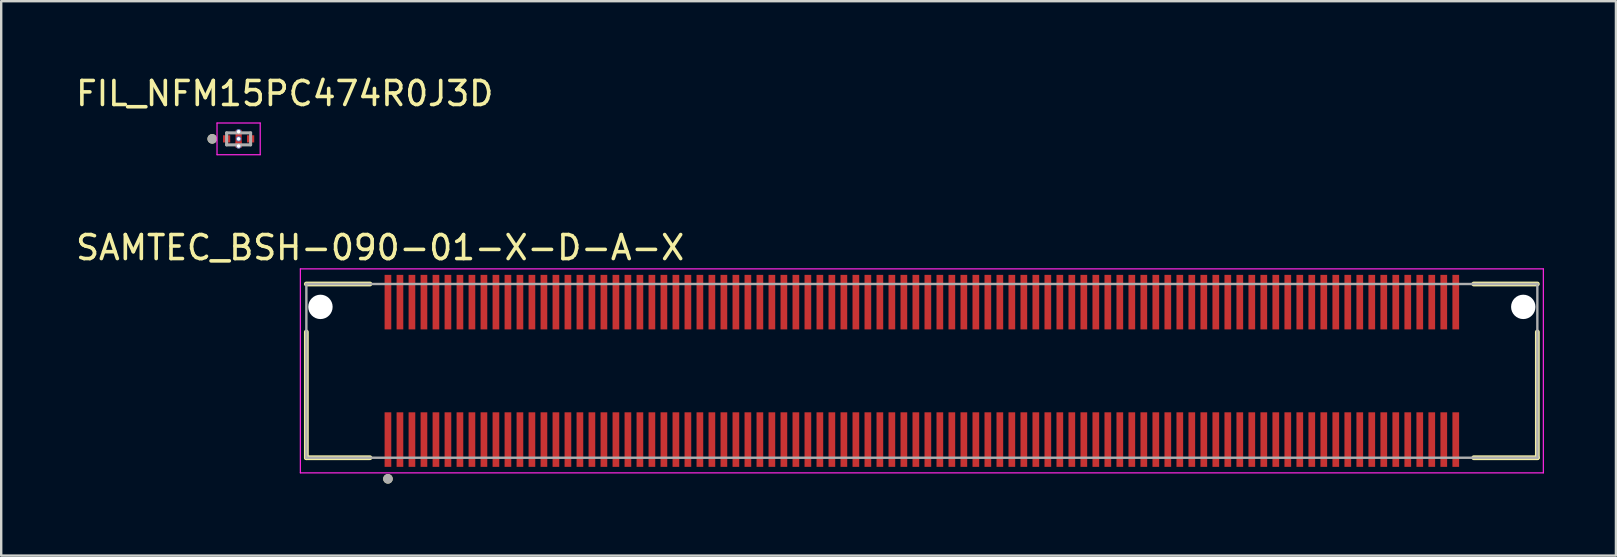
<source format=kicad_pcb>
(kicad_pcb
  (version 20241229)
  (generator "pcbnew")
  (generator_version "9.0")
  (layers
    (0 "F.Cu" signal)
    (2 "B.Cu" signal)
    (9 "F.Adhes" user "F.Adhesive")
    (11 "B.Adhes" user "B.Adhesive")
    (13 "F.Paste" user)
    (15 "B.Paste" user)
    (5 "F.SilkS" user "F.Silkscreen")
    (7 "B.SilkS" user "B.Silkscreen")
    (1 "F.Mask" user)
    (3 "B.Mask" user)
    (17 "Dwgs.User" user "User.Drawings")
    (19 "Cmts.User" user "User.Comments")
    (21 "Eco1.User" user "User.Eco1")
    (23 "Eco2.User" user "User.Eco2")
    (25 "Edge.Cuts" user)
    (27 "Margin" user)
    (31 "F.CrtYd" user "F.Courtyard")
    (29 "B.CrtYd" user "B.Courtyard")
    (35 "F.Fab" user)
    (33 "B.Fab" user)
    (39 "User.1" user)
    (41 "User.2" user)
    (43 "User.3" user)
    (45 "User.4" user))
  (footprint "SAMTEC_BSH-090-01-X-D-A-X"
    (layer "F.Cu")
    (at 35.367 12.405)
    (property "Reference" "SAMTEC_BSH-090-01-X-D-A-X" (at -22.575 -5.135 0) (layer "F.SilkS") (effects (font (size 1 1) (thickness 0.15))))
    (attr smd)
    (fp_line (start -25.65 -1.62) (end -25.65 3.62) (stroke (width 0.2) (type solid)) (layer "F.SilkS"))
    (fp_line (start -25.65 3.62) (end -23 3.62) (stroke (width 0.2) (type solid)) (layer "F.SilkS"))
    (fp_line (start -23 -3.62) (end -25.65 -3.62) (stroke (width 0.2) (type solid)) (layer "F.SilkS"))
    (fp_line (start 23 3.62) (end 25.65 3.62) (stroke (width 0.2) (type solid)) (layer "F.SilkS"))
    (fp_line (start 25.65 -3.62) (end 23 -3.62) (stroke (width 0.2) (type solid)) (layer "F.SilkS"))
    (fp_line (start 25.65 3.62) (end 25.65 -1.62) (stroke (width 0.2) (type solid)) (layer "F.SilkS"))
    (fp_circle (center -22.25 4.5) (end -22.15 4.5) (stroke (width 0.2) (type solid)) (fill no) (layer "F.SilkS"))
    (fp_line (start -25.9 -4.25) (end -25.9 4.25) (stroke (width 0.05) (type solid)) (layer "F.CrtYd"))
    (fp_line (start -25.9 4.25) (end 25.9 4.25) (stroke (width 0.05) (type solid)) (layer "F.CrtYd"))
    (fp_line (start 25.9 -4.25) (end -25.9 -4.25) (stroke (width 0.05) (type solid)) (layer "F.CrtYd"))
    (fp_line (start 25.9 4.25) (end 25.9 -4.25) (stroke (width 0.05) (type solid)) (layer "F.CrtYd"))
    (fp_line (start -25.65 -3.62) (end -25.65 3.62) (stroke (width 0.1) (type solid)) (layer "F.Fab"))
    (fp_line (start -25.65 3.62) (end 25.65 3.62) (stroke (width 0.1) (type solid)) (layer "F.Fab"))
    (fp_line (start 25.65 -3.62) (end -25.65 -3.62) (stroke (width 0.1) (type solid)) (layer "F.Fab"))
    (fp_line (start 25.65 3.62) (end 25.65 -3.62) (stroke (width 0.1) (type solid)) (layer "F.Fab"))
    (fp_circle (center -22.25 4.5) (end -22.15 4.5) (stroke (width 0.2) (type solid)) (fill no) (layer "F.Fab"))
    (pad "" np_thru_hole circle (at -25.063 -2.666) (size 1.016 1.016) (drill 1.016) (layers "*.Cu" "*.Mask"))
    (pad "" np_thru_hole circle (at 25.063 -2.666) (size 1.016 1.016) (drill 1.016) (layers "*.Cu" "*.Mask"))
    (pad "01" smd rect (at -22.25 2.864) (size 0.279 2.273) (layers "F.Cu" "F.Mask" "F.Paste"))
    (pad "02" smd rect (at -22.25 -2.864) (size 0.279 2.273) (layers "F.Cu" "F.Mask" "F.Paste"))
    (pad "03" smd rect (at -21.75 2.864) (size 0.279 2.273) (layers "F.Cu" "F.Mask" "F.Paste"))
    (pad "04" smd rect (at -21.75 -2.864) (size 0.279 2.273) (layers "F.Cu" "F.Mask" "F.Paste"))
    (pad "05" smd rect (at -21.25 2.864) (size 0.279 2.273) (layers "F.Cu" "F.Mask" "F.Paste"))
    (pad "06" smd rect (at -21.25 -2.864) (size 0.279 2.273) (layers "F.Cu" "F.Mask" "F.Paste"))
    (pad "07" smd rect (at -20.75 2.864) (size 0.279 2.273) (layers "F.Cu" "F.Mask" "F.Paste"))
    (pad "08" smd rect (at -20.75 -2.864) (size 0.279 2.273) (layers "F.Cu" "F.Mask" "F.Paste"))
    (pad "09" smd rect (at -20.25 2.864) (size 0.279 2.273) (layers "F.Cu" "F.Mask" "F.Paste"))
    (pad "10" smd rect (at -20.25 -2.864) (size 0.279 2.273) (layers "F.Cu" "F.Mask" "F.Paste"))
    (pad "11" smd rect (at -19.75 2.864) (size 0.279 2.273) (layers "F.Cu" "F.Mask" "F.Paste"))
    (pad "12" smd rect (at -19.75 -2.864) (size 0.279 2.273) (layers "F.Cu" "F.Mask" "F.Paste"))
    (pad "13" smd rect (at -19.25 2.864) (size 0.279 2.273) (layers "F.Cu" "F.Mask" "F.Paste"))
    (pad "14" smd rect (at -19.25 -2.864) (size 0.279 2.273) (layers "F.Cu" "F.Mask" "F.Paste"))
    (pad "15" smd rect (at -18.75 2.864) (size 0.279 2.273) (layers "F.Cu" "F.Mask" "F.Paste"))
    (pad "16" smd rect (at -18.75 -2.864) (size 0.279 2.273) (layers "F.Cu" "F.Mask" "F.Paste"))
    (pad "17" smd rect (at -18.25 2.864) (size 0.279 2.273) (layers "F.Cu" "F.Mask" "F.Paste"))
    (pad "18" smd rect (at -18.25 -2.864) (size 0.279 2.273) (layers "F.Cu" "F.Mask" "F.Paste"))
    (pad "19" smd rect (at -17.75 2.864) (size 0.279 2.273) (layers "F.Cu" "F.Mask" "F.Paste"))
    (pad "20" smd rect (at -17.75 -2.864) (size 0.279 2.273) (layers "F.Cu" "F.Mask" "F.Paste"))
    (pad "21" smd rect (at -17.25 2.864) (size 0.279 2.273) (layers "F.Cu" "F.Mask" "F.Paste"))
    (pad "22" smd rect (at -17.25 -2.864) (size 0.279 2.273) (layers "F.Cu" "F.Mask" "F.Paste"))
    (pad "23" smd rect (at -16.75 2.864) (size 0.279 2.273) (layers "F.Cu" "F.Mask" "F.Paste"))
    (pad "24" smd rect (at -16.75 -2.864) (size 0.279 2.273) (layers "F.Cu" "F.Mask" "F.Paste"))
    (pad "25" smd rect (at -16.25 2.864) (size 0.279 2.273) (layers "F.Cu" "F.Mask" "F.Paste"))
    (pad "26" smd rect (at -16.25 -2.864) (size 0.279 2.273) (layers "F.Cu" "F.Mask" "F.Paste"))
    (pad "27" smd rect (at -15.75 2.864) (size 0.279 2.273) (layers "F.Cu" "F.Mask" "F.Paste"))
    (pad "28" smd rect (at -15.75 -2.864) (size 0.279 2.273) (layers "F.Cu" "F.Mask" "F.Paste"))
    (pad "29" smd rect (at -15.25 2.864) (size 0.279 2.273) (layers "F.Cu" "F.Mask" "F.Paste"))
    (pad "30" smd rect (at -15.25 -2.864) (size 0.279 2.273) (layers "F.Cu" "F.Mask" "F.Paste"))
    (pad "31" smd rect (at -14.75 2.864) (size 0.279 2.273) (layers "F.Cu" "F.Mask" "F.Paste"))
    (pad "32" smd rect (at -14.75 -2.864) (size 0.279 2.273) (layers "F.Cu" "F.Mask" "F.Paste"))
    (pad "33" smd rect (at -14.25 2.864) (size 0.279 2.273) (layers "F.Cu" "F.Mask" "F.Paste"))
    (pad "34" smd rect (at -14.25 -2.864) (size 0.279 2.273) (layers "F.Cu" "F.Mask" "F.Paste"))
    (pad "35" smd rect (at -13.75 2.864) (size 0.279 2.273) (layers "F.Cu" "F.Mask" "F.Paste"))
    (pad "36" smd rect (at -13.75 -2.864) (size 0.279 2.273) (layers "F.Cu" "F.Mask" "F.Paste"))
    (pad "37" smd rect (at -13.25 2.864) (size 0.279 2.273) (layers "F.Cu" "F.Mask" "F.Paste"))
    (pad "38" smd rect (at -13.25 -2.864) (size 0.279 2.273) (layers "F.Cu" "F.Mask" "F.Paste"))
    (pad "39" smd rect (at -12.75 2.864) (size 0.279 2.273) (layers "F.Cu" "F.Mask" "F.Paste"))
    (pad "40" smd rect (at -12.75 -2.864) (size 0.279 2.273) (layers "F.Cu" "F.Mask" "F.Paste"))
    (pad "41" smd rect (at -12.25 2.864) (size 0.279 2.273) (layers "F.Cu" "F.Mask" "F.Paste"))
    (pad "42" smd rect (at -12.25 -2.864) (size 0.279 2.273) (layers "F.Cu" "F.Mask" "F.Paste"))
    (pad "43" smd rect (at -11.75 2.864) (size 0.279 2.273) (layers "F.Cu" "F.Mask" "F.Paste"))
    (pad "44" smd rect (at -11.75 -2.864) (size 0.279 2.273) (layers "F.Cu" "F.Mask" "F.Paste"))
    (pad "45" smd rect (at -11.25 2.864) (size 0.279 2.273) (layers "F.Cu" "F.Mask" "F.Paste"))
    (pad "46" smd rect (at -11.25 -2.864) (size 0.279 2.273) (layers "F.Cu" "F.Mask" "F.Paste"))
    (pad "47" smd rect (at -10.75 2.864) (size 0.279 2.273) (layers "F.Cu" "F.Mask" "F.Paste"))
    (pad "48" smd rect (at -10.75 -2.864) (size 0.279 2.273) (layers "F.Cu" "F.Mask" "F.Paste"))
    (pad "49" smd rect (at -10.25 2.864) (size 0.279 2.273) (layers "F.Cu" "F.Mask" "F.Paste"))
    (pad "50" smd rect (at -10.25 -2.864) (size 0.279 2.273) (layers "F.Cu" "F.Mask" "F.Paste"))
    (pad "51" smd rect (at -9.75 2.864) (size 0.279 2.273) (layers "F.Cu" "F.Mask" "F.Paste"))
    (pad "52" smd rect (at -9.75 -2.864) (size 0.279 2.273) (layers "F.Cu" "F.Mask" "F.Paste"))
    (pad "53" smd rect (at -9.25 2.864) (size 0.279 2.273) (layers "F.Cu" "F.Mask" "F.Paste"))
    (pad "54" smd rect (at -9.25 -2.864) (size 0.279 2.273) (layers "F.Cu" "F.Mask" "F.Paste"))
    (pad "55" smd rect (at -8.75 2.864) (size 0.279 2.273) (layers "F.Cu" "F.Mask" "F.Paste"))
    (pad "56" smd rect (at -8.75 -2.864) (size 0.279 2.273) (layers "F.Cu" "F.Mask" "F.Paste"))
    (pad "57" smd rect (at -8.25 2.864) (size 0.279 2.273) (layers "F.Cu" "F.Mask" "F.Paste"))
    (pad "58" smd rect (at -8.25 -2.864) (size 0.279 2.273) (layers "F.Cu" "F.Mask" "F.Paste"))
    (pad "59" smd rect (at -7.75 2.864) (size 0.279 2.273) (layers "F.Cu" "F.Mask" "F.Paste"))
    (pad "60" smd rect (at -7.75 -2.864) (size 0.279 2.273) (layers "F.Cu" "F.Mask" "F.Paste"))
    (pad "61" smd rect (at -7.25 2.864) (size 0.279 2.273) (layers "F.Cu" "F.Mask" "F.Paste"))
    (pad "62" smd rect (at -7.25 -2.864) (size 0.279 2.273) (layers "F.Cu" "F.Mask" "F.Paste"))
    (pad "63" smd rect (at -6.75 2.864) (size 0.279 2.273) (layers "F.Cu" "F.Mask" "F.Paste"))
    (pad "64" smd rect (at -6.75 -2.864) (size 0.279 2.273) (layers "F.Cu" "F.Mask" "F.Paste"))
    (pad "65" smd rect (at -6.25 2.864) (size 0.279 2.273) (layers "F.Cu" "F.Mask" "F.Paste"))
    (pad "66" smd rect (at -6.25 -2.864) (size 0.279 2.273) (layers "F.Cu" "F.Mask" "F.Paste"))
    (pad "67" smd rect (at -5.75 2.864) (size 0.279 2.273) (layers "F.Cu" "F.Mask" "F.Paste"))
    (pad "68" smd rect (at -5.75 -2.864) (size 0.279 2.273) (layers "F.Cu" "F.Mask" "F.Paste"))
    (pad "69" smd rect (at -5.25 2.864) (size 0.279 2.273) (layers "F.Cu" "F.Mask" "F.Paste"))
    (pad "70" smd rect (at -5.25 -2.864) (size 0.279 2.273) (layers "F.Cu" "F.Mask" "F.Paste"))
    (pad "71" smd rect (at -4.75 2.864) (size 0.279 2.273) (layers "F.Cu" "F.Mask" "F.Paste"))
    (pad "72" smd rect (at -4.75 -2.864) (size 0.279 2.273) (layers "F.Cu" "F.Mask" "F.Paste"))
    (pad "73" smd rect (at -4.25 2.864) (size 0.279 2.273) (layers "F.Cu" "F.Mask" "F.Paste"))
    (pad "74" smd rect (at -4.25 -2.864) (size 0.279 2.273) (layers "F.Cu" "F.Mask" "F.Paste"))
    (pad "75" smd rect (at -3.75 2.864) (size 0.279 2.273) (layers "F.Cu" "F.Mask" "F.Paste"))
    (pad "76" smd rect (at -3.75 -2.864) (size 0.279 2.273) (layers "F.Cu" "F.Mask" "F.Paste"))
    (pad "77" smd rect (at -3.25 2.864) (size 0.279 2.273) (layers "F.Cu" "F.Mask" "F.Paste"))
    (pad "78" smd rect (at -3.25 -2.864) (size 0.279 2.273) (layers "F.Cu" "F.Mask" "F.Paste"))
    (pad "79" smd rect (at -2.75 2.864) (size 0.279 2.273) (layers "F.Cu" "F.Mask" "F.Paste"))
    (pad "80" smd rect (at -2.75 -2.864) (size 0.279 2.273) (layers "F.Cu" "F.Mask" "F.Paste"))
    (pad "81" smd rect (at -2.25 2.864) (size 0.279 2.273) (layers "F.Cu" "F.Mask" "F.Paste"))
    (pad "82" smd rect (at -2.25 -2.864) (size 0.279 2.273) (layers "F.Cu" "F.Mask" "F.Paste"))
    (pad "83" smd rect (at -1.75 2.864) (size 0.279 2.273) (layers "F.Cu" "F.Mask" "F.Paste"))
    (pad "84" smd rect (at -1.75 -2.864) (size 0.279 2.273) (layers "F.Cu" "F.Mask" "F.Paste"))
    (pad "85" smd rect (at -1.25 2.864) (size 0.279 2.273) (layers "F.Cu" "F.Mask" "F.Paste"))
    (pad "86" smd rect (at -1.25 -2.864) (size 0.279 2.273) (layers "F.Cu" "F.Mask" "F.Paste"))
    (pad "87" smd rect (at -0.75 2.864) (size 0.279 2.273) (layers "F.Cu" "F.Mask" "F.Paste"))
    (pad "88" smd rect (at -0.75 -2.864) (size 0.279 2.273) (layers "F.Cu" "F.Mask" "F.Paste"))
    (pad "89" smd rect (at -0.25 2.864) (size 0.279 2.273) (layers "F.Cu" "F.Mask" "F.Paste"))
    (pad "90" smd rect (at -0.25 -2.864) (size 0.279 2.273) (layers "F.Cu" "F.Mask" "F.Paste"))
    (pad "91" smd rect (at 0.25 2.864) (size 0.279 2.273) (layers "F.Cu" "F.Mask" "F.Paste"))
    (pad "92" smd rect (at 0.25 -2.864) (size 0.279 2.273) (layers "F.Cu" "F.Mask" "F.Paste"))
    (pad "93" smd rect (at 0.75 2.864) (size 0.279 2.273) (layers "F.Cu" "F.Mask" "F.Paste"))
    (pad "94" smd rect (at 0.75 -2.864) (size 0.279 2.273) (layers "F.Cu" "F.Mask" "F.Paste"))
    (pad "95" smd rect (at 1.25 2.864) (size 0.279 2.273) (layers "F.Cu" "F.Mask" "F.Paste"))
    (pad "96" smd rect (at 1.25 -2.864) (size 0.279 2.273) (layers "F.Cu" "F.Mask" "F.Paste"))
    (pad "97" smd rect (at 1.75 2.864) (size 0.279 2.273) (layers "F.Cu" "F.Mask" "F.Paste"))
    (pad "98" smd rect (at 1.75 -2.864) (size 0.279 2.273) (layers "F.Cu" "F.Mask" "F.Paste"))
    (pad "99" smd rect (at 2.25 2.864) (size 0.279 2.273) (layers "F.Cu" "F.Mask" "F.Paste"))
    (pad "100" smd rect (at 2.25 -2.864) (size 0.279 2.273) (layers "F.Cu" "F.Mask" "F.Paste"))
    (pad "101" smd rect (at 2.75 2.864) (size 0.279 2.273) (layers "F.Cu" "F.Mask" "F.Paste"))
    (pad "102" smd rect (at 2.75 -2.864) (size 0.279 2.273) (layers "F.Cu" "F.Mask" "F.Paste"))
    (pad "103" smd rect (at 3.25 2.864) (size 0.279 2.273) (layers "F.Cu" "F.Mask" "F.Paste"))
    (pad "104" smd rect (at 3.25 -2.864) (size 0.279 2.273) (layers "F.Cu" "F.Mask" "F.Paste"))
    (pad "105" smd rect (at 3.75 2.864) (size 0.279 2.273) (layers "F.Cu" "F.Mask" "F.Paste"))
    (pad "106" smd rect (at 3.75 -2.864) (size 0.279 2.273) (layers "F.Cu" "F.Mask" "F.Paste"))
    (pad "107" smd rect (at 4.25 2.864) (size 0.279 2.273) (layers "F.Cu" "F.Mask" "F.Paste"))
    (pad "108" smd rect (at 4.25 -2.864) (size 0.279 2.273) (layers "F.Cu" "F.Mask" "F.Paste"))
    (pad "109" smd rect (at 4.75 2.864) (size 0.279 2.273) (layers "F.Cu" "F.Mask" "F.Paste"))
    (pad "110" smd rect (at 4.75 -2.864) (size 0.279 2.273) (layers "F.Cu" "F.Mask" "F.Paste"))
    (pad "111" smd rect (at 5.25 2.864) (size 0.279 2.273) (layers "F.Cu" "F.Mask" "F.Paste"))
    (pad "112" smd rect (at 5.25 -2.864) (size 0.279 2.273) (layers "F.Cu" "F.Mask" "F.Paste"))
    (pad "113" smd rect (at 5.75 2.864) (size 0.279 2.273) (layers "F.Cu" "F.Mask" "F.Paste"))
    (pad "114" smd rect (at 5.75 -2.864) (size 0.279 2.273) (layers "F.Cu" "F.Mask" "F.Paste"))
    (pad "115" smd rect (at 6.25 2.864) (size 0.279 2.273) (layers "F.Cu" "F.Mask" "F.Paste"))
    (pad "116" smd rect (at 6.25 -2.864) (size 0.279 2.273) (layers "F.Cu" "F.Mask" "F.Paste"))
    (pad "117" smd rect (at 6.75 2.864) (size 0.279 2.273) (layers "F.Cu" "F.Mask" "F.Paste"))
    (pad "118" smd rect (at 6.75 -2.864) (size 0.279 2.273) (layers "F.Cu" "F.Mask" "F.Paste"))
    (pad "119" smd rect (at 7.25 2.864) (size 0.279 2.273) (layers "F.Cu" "F.Mask" "F.Paste"))
    (pad "120" smd rect (at 7.25 -2.864) (size 0.279 2.273) (layers "F.Cu" "F.Mask" "F.Paste"))
    (pad "121" smd rect (at 7.75 2.864) (size 0.279 2.273) (layers "F.Cu" "F.Mask" "F.Paste"))
    (pad "122" smd rect (at 7.75 -2.864) (size 0.279 2.273) (layers "F.Cu" "F.Mask" "F.Paste"))
    (pad "123" smd rect (at 8.25 2.864) (size 0.279 2.273) (layers "F.Cu" "F.Mask" "F.Paste"))
    (pad "124" smd rect (at 8.25 -2.864) (size 0.279 2.273) (layers "F.Cu" "F.Mask" "F.Paste"))
    (pad "125" smd rect (at 8.75 2.864) (size 0.279 2.273) (layers "F.Cu" "F.Mask" "F.Paste"))
    (pad "126" smd rect (at 8.75 -2.864) (size 0.279 2.273) (layers "F.Cu" "F.Mask" "F.Paste"))
    (pad "127" smd rect (at 9.25 2.864) (size 0.279 2.273) (layers "F.Cu" "F.Mask" "F.Paste"))
    (pad "128" smd rect (at 9.25 -2.864) (size 0.279 2.273) (layers "F.Cu" "F.Mask" "F.Paste"))
    (pad "129" smd rect (at 9.75 2.864) (size 0.279 2.273) (layers "F.Cu" "F.Mask" "F.Paste"))
    (pad "130" smd rect (at 9.75 -2.864) (size 0.279 2.273) (layers "F.Cu" "F.Mask" "F.Paste"))
    (pad "131" smd rect (at 10.25 2.864) (size 0.279 2.273) (layers "F.Cu" "F.Mask" "F.Paste"))
    (pad "132" smd rect (at 10.25 -2.864) (size 0.279 2.273) (layers "F.Cu" "F.Mask" "F.Paste"))
    (pad "133" smd rect (at 10.75 2.864) (size 0.279 2.273) (layers "F.Cu" "F.Mask" "F.Paste"))
    (pad "134" smd rect (at 10.75 -2.864) (size 0.279 2.273) (layers "F.Cu" "F.Mask" "F.Paste"))
    (pad "135" smd rect (at 11.25 2.864) (size 0.279 2.273) (layers "F.Cu" "F.Mask" "F.Paste"))
    (pad "136" smd rect (at 11.25 -2.864) (size 0.279 2.273) (layers "F.Cu" "F.Mask" "F.Paste"))
    (pad "137" smd rect (at 11.75 2.864) (size 0.279 2.273) (layers "F.Cu" "F.Mask" "F.Paste"))
    (pad "138" smd rect (at 11.75 -2.864) (size 0.279 2.273) (layers "F.Cu" "F.Mask" "F.Paste"))
    (pad "139" smd rect (at 12.25 2.864) (size 0.279 2.273) (layers "F.Cu" "F.Mask" "F.Paste"))
    (pad "140" smd rect (at 12.25 -2.864) (size 0.279 2.273) (layers "F.Cu" "F.Mask" "F.Paste"))
    (pad "141" smd rect (at 12.75 2.864) (size 0.279 2.273) (layers "F.Cu" "F.Mask" "F.Paste"))
    (pad "142" smd rect (at 12.75 -2.864) (size 0.279 2.273) (layers "F.Cu" "F.Mask" "F.Paste"))
    (pad "143" smd rect (at 13.25 2.864) (size 0.279 2.273) (layers "F.Cu" "F.Mask" "F.Paste"))
    (pad "144" smd rect (at 13.25 -2.864) (size 0.279 2.273) (layers "F.Cu" "F.Mask" "F.Paste"))
    (pad "145" smd rect (at 13.75 2.864) (size 0.279 2.273) (layers "F.Cu" "F.Mask" "F.Paste"))
    (pad "146" smd rect (at 13.75 -2.864) (size 0.279 2.273) (layers "F.Cu" "F.Mask" "F.Paste"))
    (pad "147" smd rect (at 14.25 2.864) (size 0.279 2.273) (layers "F.Cu" "F.Mask" "F.Paste"))
    (pad "148" smd rect (at 14.25 -2.864) (size 0.279 2.273) (layers "F.Cu" "F.Mask" "F.Paste"))
    (pad "149" smd rect (at 14.75 2.864) (size 0.279 2.273) (layers "F.Cu" "F.Mask" "F.Paste"))
    (pad "150" smd rect (at 14.75 -2.864) (size 0.279 2.273) (layers "F.Cu" "F.Mask" "F.Paste"))
    (pad "151" smd rect (at 15.25 2.864) (size 0.279 2.273) (layers "F.Cu" "F.Mask" "F.Paste"))
    (pad "152" smd rect (at 15.25 -2.864) (size 0.279 2.273) (layers "F.Cu" "F.Mask" "F.Paste"))
    (pad "153" smd rect (at 15.75 2.864) (size 0.279 2.273) (layers "F.Cu" "F.Mask" "F.Paste"))
    (pad "154" smd rect (at 15.75 -2.864) (size 0.279 2.273) (layers "F.Cu" "F.Mask" "F.Paste"))
    (pad "155" smd rect (at 16.25 2.864) (size 0.279 2.273) (layers "F.Cu" "F.Mask" "F.Paste"))
    (pad "156" smd rect (at 16.25 -2.864) (size 0.279 2.273) (layers "F.Cu" "F.Mask" "F.Paste"))
    (pad "157" smd rect (at 16.75 2.864) (size 0.279 2.273) (layers "F.Cu" "F.Mask" "F.Paste"))
    (pad "158" smd rect (at 16.75 -2.864) (size 0.279 2.273) (layers "F.Cu" "F.Mask" "F.Paste"))
    (pad "159" smd rect (at 17.25 2.864) (size 0.279 2.273) (layers "F.Cu" "F.Mask" "F.Paste"))
    (pad "160" smd rect (at 17.25 -2.864) (size 0.279 2.273) (layers "F.Cu" "F.Mask" "F.Paste"))
    (pad "161" smd rect (at 17.75 2.864) (size 0.279 2.273) (layers "F.Cu" "F.Mask" "F.Paste"))
    (pad "162" smd rect (at 17.75 -2.864) (size 0.279 2.273) (layers "F.Cu" "F.Mask" "F.Paste"))
    (pad "163" smd rect (at 18.25 2.864) (size 0.279 2.273) (layers "F.Cu" "F.Mask" "F.Paste"))
    (pad "164" smd rect (at 18.25 -2.864) (size 0.279 2.273) (layers "F.Cu" "F.Mask" "F.Paste"))
    (pad "165" smd rect (at 18.75 2.864) (size 0.279 2.273) (layers "F.Cu" "F.Mask" "F.Paste"))
    (pad "166" smd rect (at 18.75 -2.864) (size 0.279 2.273) (layers "F.Cu" "F.Mask" "F.Paste"))
    (pad "167" smd rect (at 19.25 2.864) (size 0.279 2.273) (layers "F.Cu" "F.Mask" "F.Paste"))
    (pad "168" smd rect (at 19.25 -2.864) (size 0.279 2.273) (layers "F.Cu" "F.Mask" "F.Paste"))
    (pad "169" smd rect (at 19.75 2.864) (size 0.279 2.273) (layers "F.Cu" "F.Mask" "F.Paste"))
    (pad "170" smd rect (at 19.75 -2.864) (size 0.279 2.273) (layers "F.Cu" "F.Mask" "F.Paste"))
    (pad "171" smd rect (at 20.25 2.864) (size 0.279 2.273) (layers "F.Cu" "F.Mask" "F.Paste"))
    (pad "172" smd rect (at 20.25 -2.864) (size 0.279 2.273) (layers "F.Cu" "F.Mask" "F.Paste"))
    (pad "173" smd rect (at 20.75 2.864) (size 0.279 2.273) (layers "F.Cu" "F.Mask" "F.Paste"))
    (pad "174" smd rect (at 20.75 -2.864) (size 0.279 2.273) (layers "F.Cu" "F.Mask" "F.Paste"))
    (pad "175" smd rect (at 21.25 2.864) (size 0.279 2.273) (layers "F.Cu" "F.Mask" "F.Paste"))
    (pad "176" smd rect (at 21.25 -2.864) (size 0.279 2.273) (layers "F.Cu" "F.Mask" "F.Paste"))
    (pad "177" smd rect (at 21.75 2.864) (size 0.279 2.273) (layers "F.Cu" "F.Mask" "F.Paste"))
    (pad "178" smd rect (at 21.75 -2.864) (size 0.279 2.273) (layers "F.Cu" "F.Mask" "F.Paste"))
    (pad "179" smd rect (at 22.25 2.864) (size 0.279 2.273) (layers "F.Cu" "F.Mask" "F.Paste"))
    (pad "180" smd rect (at 22.25 -2.864) (size 0.279 2.273) (layers "F.Cu" "F.Mask" "F.Paste")))
  (footprint "FIL_NFM15PC474R0J3D"
    (layer "F.Cu")
    (at 6.894 2.737)
    (property "Reference" "FIL_NFM15PC474R0J3D" (at 1.921 -1.889 0) (layer "F.SilkS") (effects (font (size 1 1) (thickness 0.15))))
    (attr smd)
    (fp_poly (pts (xy -0.65 -0.15) (xy -0.35 -0.15) (xy -0.35 0.15) (xy -0.65 0.15)) (stroke (width 0.01) (type solid)) (fill yes) (layer "F.Mask"))
    (fp_poly (pts (xy -0.125 -0.375) (xy 0.125 -0.375) (xy 0.125 -0.125) (xy -0.125 -0.125)) (stroke (width 0.01) (type solid)) (fill yes) (layer "F.Mask"))
    (fp_poly (pts (xy -0.125 0.125) (xy 0.125 0.125) (xy 0.125 0.375) (xy -0.125 0.375)) (stroke (width 0.01) (type solid)) (fill yes) (layer "F.Mask"))
    (fp_poly (pts (xy 0.35 -0.15) (xy 0.65 -0.15) (xy 0.65 0.15) (xy 0.35 0.15)) (stroke (width 0.01) (type solid)) (fill yes) (layer "F.Mask"))
    (fp_circle (center -1.1 0) (end -1 0) (stroke (width 0.2) (type solid)) (fill no) (layer "F.SilkS"))
    (fp_line (start -0.9 -0.66) (end -0.9 0.66) (stroke (width 0.05) (type solid)) (layer "F.CrtYd"))
    (fp_line (start -0.9 0.66) (end 0.9 0.66) (stroke (width 0.05) (type solid)) (layer "F.CrtYd"))
    (fp_line (start 0.9 -0.66) (end -0.9 -0.66) (stroke (width 0.05) (type solid)) (layer "F.CrtYd"))
    (fp_line (start 0.9 0.66) (end 0.9 -0.66) (stroke (width 0.05) (type solid)) (layer "F.CrtYd"))
    (fp_line (start -0.5 -0.25) (end 0.5 -0.25) (stroke (width 0.127) (type solid)) (layer "F.Fab"))
    (fp_line (start -0.5 0.25) (end -0.5 -0.25) (stroke (width 0.127) (type solid)) (layer "F.Fab"))
    (fp_line (start 0.5 -0.25) (end 0.5 0.25) (stroke (width 0.127) (type solid)) (layer "F.Fab"))
    (fp_line (start 0.5 0.25) (end -0.5 0.25) (stroke (width 0.127) (type solid)) (layer "F.Fab"))
    (fp_circle (center -1.1 0) (end -1 0) (stroke (width 0.2) (type solid)) (fill no) (layer "F.Fab"))
    (pad "1" smd rect (at -0.5 0) (size 0.3 0.3) (layers "F.Cu" "F.Paste"))
    (pad "2" smd custom (at 0 -0.25) (size 0.25 0.25) (layers "F.Cu" "F.Paste") (options (anchor rect)) (primitives (gr_poly (pts (xy -0.125 -0.075) (xy 0.125 -0.075) (xy 0.125 0.575) (xy -0.125 0.575)) (width 0.01) (fill yes))))
    (pad "2_1" smd rect (at 0 0.25) (size 0.25 0.25) (layers "F.Cu" "F.Paste"))
    (pad "2_2" thru_hole circle (at 0 0) (size 0.22 0.22) (drill 0.15) (layers "*.Cu"))
    (pad "2_3" thru_hole circle (at 0 -0.3) (size 0.22 0.22) (drill 0.15) (layers "*.Cu"))
    (pad "2_4" thru_hole circle (at 0 0.3) (size 0.22 0.22) (drill 0.15) (layers "*.Cu"))
    (pad "3" smd rect (at 0.5 0) (size 0.3 0.3) (layers "F.Cu" "F.Paste")))
  (gr_rect
    (start -3 -3)
    (end 64.292 20.105)
    (stroke (width 0.1) (type default))
    (fill no)
    (layer "Edge.Cuts")))
</source>
